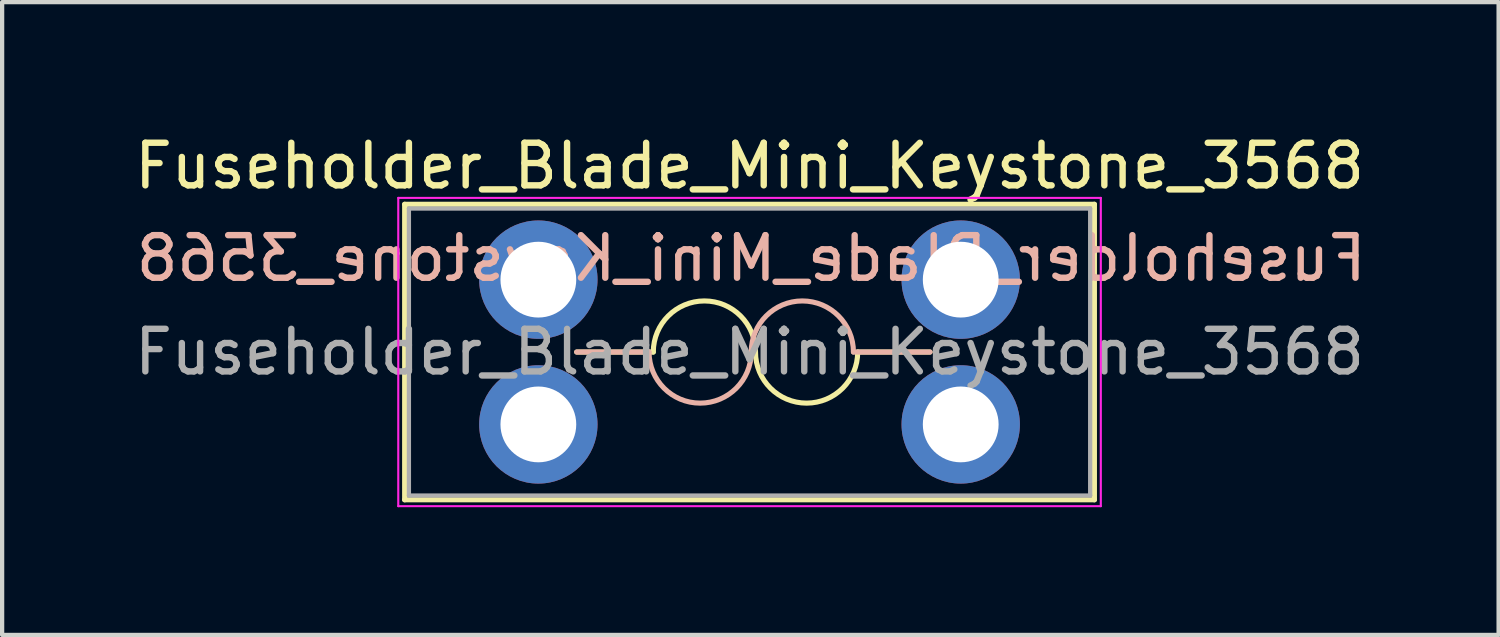
<source format=kicad_pcb>
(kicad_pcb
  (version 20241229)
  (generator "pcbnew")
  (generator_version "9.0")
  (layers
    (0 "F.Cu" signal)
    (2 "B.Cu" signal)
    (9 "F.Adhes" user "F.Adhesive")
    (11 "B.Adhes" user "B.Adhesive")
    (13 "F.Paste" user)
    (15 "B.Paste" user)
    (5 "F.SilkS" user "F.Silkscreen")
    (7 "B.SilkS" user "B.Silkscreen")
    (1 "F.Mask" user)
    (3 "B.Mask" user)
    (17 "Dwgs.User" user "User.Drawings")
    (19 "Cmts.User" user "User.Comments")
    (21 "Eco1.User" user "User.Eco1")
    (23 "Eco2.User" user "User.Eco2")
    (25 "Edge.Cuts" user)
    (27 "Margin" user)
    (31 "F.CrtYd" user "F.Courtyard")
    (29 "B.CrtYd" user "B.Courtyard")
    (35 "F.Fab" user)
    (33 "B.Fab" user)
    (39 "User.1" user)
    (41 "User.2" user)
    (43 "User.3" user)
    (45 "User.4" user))
  (footprint "Fuseholder_Blade_Mini_Keystone_3568"
    (layer "F.Cu")
    (at 9.594 3.518)
    (property "Reference" "Fuseholder_Blade_Mini_Keystone_3568" (at 4.96 -2.67 0) (layer "F.SilkS") (effects (font (size 1 1) (thickness 0.15))))
    (fp_line (start -3.14 -1.77) (end -3.14 5.17) (stroke (width 0.12) (type solid)) (layer "F.SilkS"))
    (fp_line (start -3.14 5.17) (end 13.06 5.17) (stroke (width 0.12) (type solid)) (layer "F.SilkS"))
    (fp_line (start 0.9 1.7) (end 2.7 1.7) (stroke (width 0.12) (type solid)) (layer "F.SilkS"))
    (fp_line (start 9.2 1.7) (end 7.5 1.7) (stroke (width 0.12) (type solid)) (layer "F.SilkS"))
    (fp_line (start 13.06 -1.77) (end -3.14 -1.77) (stroke (width 0.12) (type solid)) (layer "F.SilkS"))
    (fp_line (start 13.06 5.17) (end 13.06 -1.77) (stroke (width 0.12) (type solid)) (layer "F.SilkS"))
    (fp_arc (start 2.7 1.7) (mid 3.9 0.5) (end 5.1 1.7) (stroke (width 0.12) (type solid)) (layer "F.SilkS"))
    (fp_arc (start 7.5 1.7) (mid 6.3 2.9) (end 5.1 1.7) (stroke (width 0.12) (type solid)) (layer "F.SilkS"))
    (fp_line (start 0.9 1.7) (end 2.6 1.7) (stroke (width 0.12) (type solid)) (layer "B.SilkS"))
    (fp_line (start 9.2 1.7) (end 7.4 1.7) (stroke (width 0.12) (type solid)) (layer "B.SilkS"))
    (fp_arc (start 5 1.7) (mid 3.8 2.9) (end 2.6 1.7) (stroke (width 0.12) (type solid)) (layer "B.SilkS"))
    (fp_arc (start 5 1.7) (mid 6.2 0.5) (end 7.4 1.7) (stroke (width 0.12) (type solid)) (layer "B.SilkS"))
    (fp_line (start -3.29 -1.92) (end -3.29 5.32) (stroke (width 0.05) (type solid)) (layer "F.CrtYd"))
    (fp_line (start -3.29 5.32) (end 13.21 5.32) (stroke (width 0.05) (type solid)) (layer "F.CrtYd"))
    (fp_line (start 13.21 -1.92) (end -3.29 -1.92) (stroke (width 0.05) (type solid)) (layer "F.CrtYd"))
    (fp_line (start 13.21 5.32) (end 13.21 -1.92) (stroke (width 0.05) (type solid)) (layer "F.CrtYd"))
    (fp_line (start -3.04 -1.67) (end -3.04 5.07) (stroke (width 0.1) (type solid)) (layer "F.Fab"))
    (fp_line (start -3.04 5.07) (end 12.96 5.07) (stroke (width 0.1) (type solid)) (layer "F.Fab"))
    (fp_line (start 12.96 -1.67) (end -3.04 -1.67) (stroke (width 0.1) (type solid)) (layer "F.Fab"))
    (fp_line (start 12.96 5.07) (end 12.96 -1.67) (stroke (width 0.1) (type solid)) (layer "F.Fab"))
    (fp_text user "${REFERENCE}" (at 5 -0.5 0) (layer "B.SilkS") (effects (font (size 1 1) (thickness 0.15)) (justify mirror)))
    (fp_text user "${REFERENCE}" (at 4.96 1.7 0) (layer "F.Fab") (effects (font (size 1 1) (thickness 0.15))))
    (pad "1" thru_hole circle (at 0 0) (size 2.78 2.78) (drill 1.78) (layers "*.Cu" "*.Mask"))
    (pad "1" thru_hole circle (at 0 3.4) (size 2.78 2.78) (drill 1.78) (layers "*.Cu" "*.Mask"))
    (pad "2" thru_hole circle (at 9.92 0) (size 2.78 2.78) (drill 1.78) (layers "*.Cu" "*.Mask"))
    (pad "2" thru_hole circle (at 9.92 3.4) (size 2.78 2.78) (drill 1.78) (layers "*.Cu" "*.Mask")))
  (gr_rect
    (start -3 -3)
    (end 32.147 11.863)
    (stroke (width 0.1) (type default))
    (fill no)
    (layer "Edge.Cuts")))
</source>
